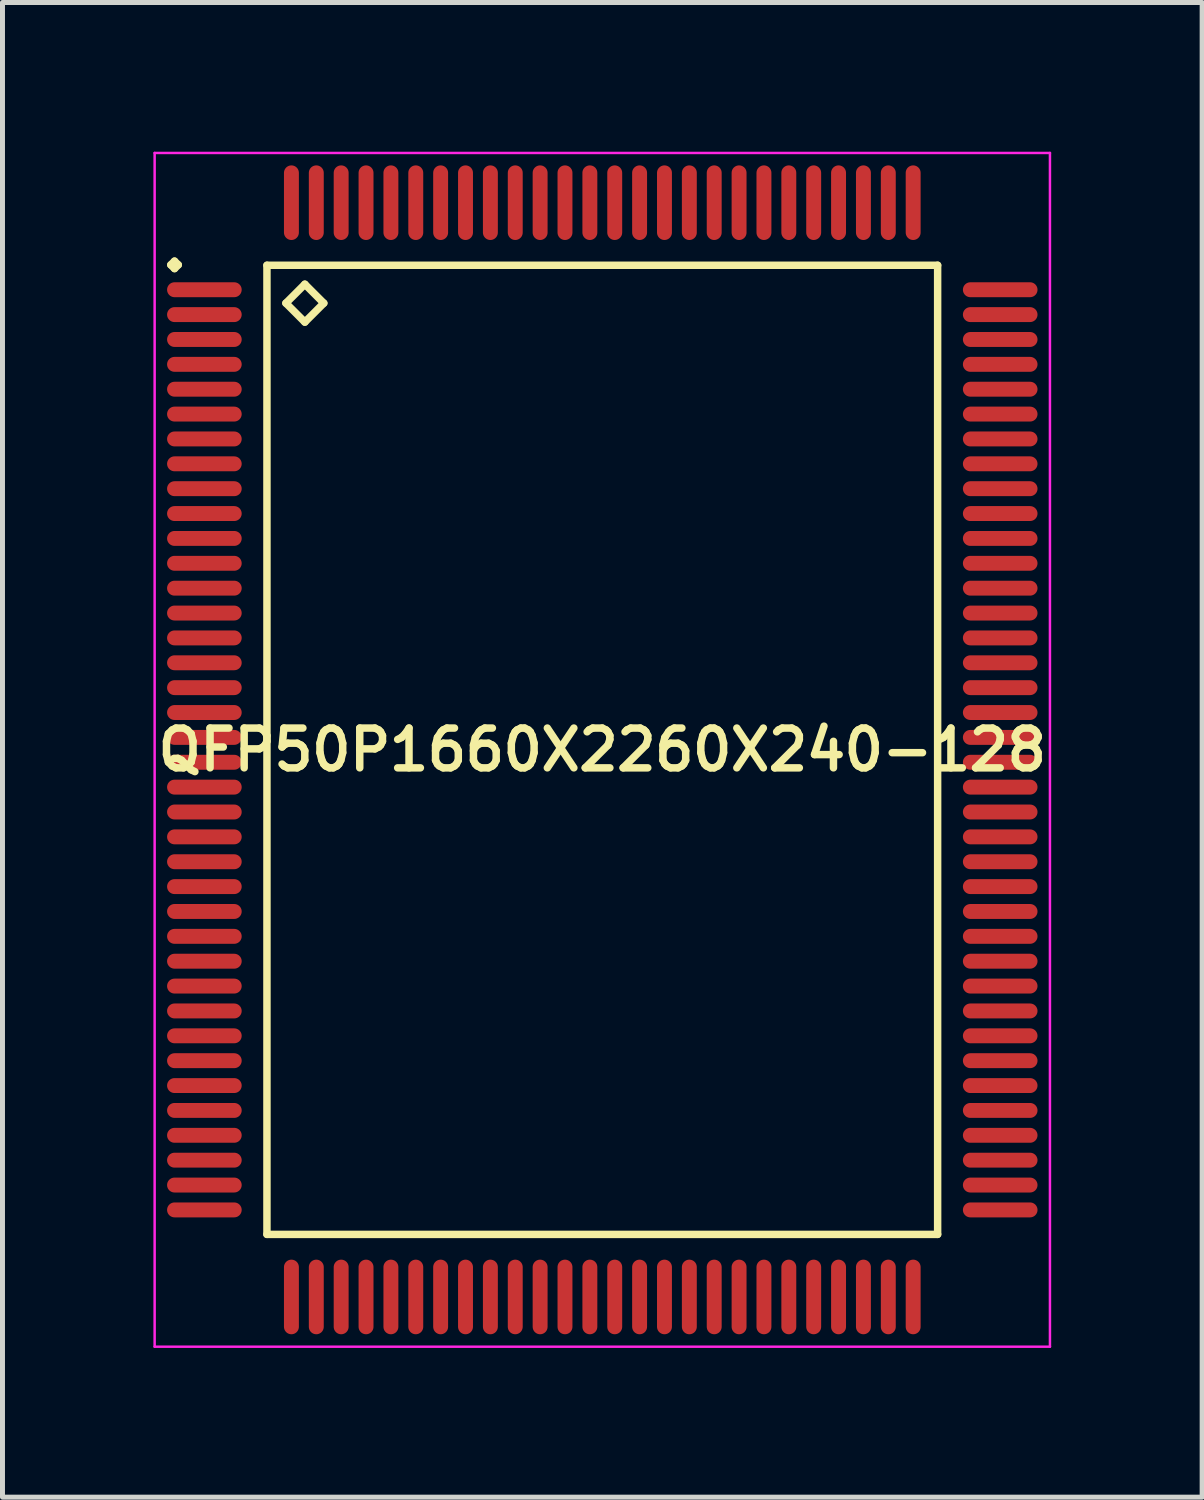
<source format=kicad_pcb>
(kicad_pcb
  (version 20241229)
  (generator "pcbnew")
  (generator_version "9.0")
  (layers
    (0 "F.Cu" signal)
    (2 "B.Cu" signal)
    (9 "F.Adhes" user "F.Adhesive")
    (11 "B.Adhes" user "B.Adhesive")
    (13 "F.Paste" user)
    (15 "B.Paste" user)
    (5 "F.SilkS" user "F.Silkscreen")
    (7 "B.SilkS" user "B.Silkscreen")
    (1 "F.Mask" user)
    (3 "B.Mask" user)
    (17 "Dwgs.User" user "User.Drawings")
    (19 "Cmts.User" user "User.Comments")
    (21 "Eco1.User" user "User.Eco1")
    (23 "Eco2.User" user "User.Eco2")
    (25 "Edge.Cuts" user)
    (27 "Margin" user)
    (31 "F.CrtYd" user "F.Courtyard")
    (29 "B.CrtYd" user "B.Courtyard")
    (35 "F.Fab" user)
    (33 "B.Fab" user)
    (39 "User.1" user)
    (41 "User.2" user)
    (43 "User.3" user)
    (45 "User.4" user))
  (footprint "QFP50P1660X2260X240-128"
    (layer "F.Cu")
    (at 9.059 12.025)
    (property "Reference" "QFP50P1660X2260X240-128" (at 0 0 0) (layer "F.SilkS") (effects (font (size 0.8 0.8) (thickness 0.15))))
    (attr smd)
    (fp_line (start -8.675 -9.75) (end -8.6 -9.825) (stroke (width 0.15) (type solid)) (layer "F.SilkS"))
    (fp_line (start -8.6 -9.825) (end -8.525 -9.75) (stroke (width 0.15) (type solid)) (layer "F.SilkS"))
    (fp_line (start -8.6 -9.675) (end -8.675 -9.75) (stroke (width 0.15) (type solid)) (layer "F.SilkS"))
    (fp_line (start -8.525 -9.75) (end -8.6 -9.675) (stroke (width 0.15) (type solid)) (layer "F.SilkS"))
    (fp_line (start -6.742 -9.742) (end -6.742 9.742) (stroke (width 0.15) (type solid)) (layer "F.SilkS"))
    (fp_line (start -6.742 9.742) (end 6.742 9.742) (stroke (width 0.15) (type solid)) (layer "F.SilkS"))
    (fp_line (start -6.361 -8.98) (end -5.98 -9.361) (stroke (width 0.15) (type solid)) (layer "F.SilkS"))
    (fp_line (start -5.98 -9.361) (end -5.599 -8.98) (stroke (width 0.15) (type solid)) (layer "F.SilkS"))
    (fp_line (start -5.98 -8.599) (end -6.361 -8.98) (stroke (width 0.15) (type solid)) (layer "F.SilkS"))
    (fp_line (start -5.599 -8.98) (end -5.98 -8.599) (stroke (width 0.15) (type solid)) (layer "F.SilkS"))
    (fp_line (start 6.742 -9.742) (end -6.742 -9.742) (stroke (width 0.15) (type solid)) (layer "F.SilkS"))
    (fp_line (start 6.742 9.742) (end 6.742 -9.742) (stroke (width 0.15) (type solid)) (layer "F.SilkS"))
    (fp_line (start -9 -12) (end 9 -12) (stroke (width 0.05) (type solid)) (layer "F.CrtYd"))
    (fp_line (start -9 12) (end -9 -12) (stroke (width 0.05) (type solid)) (layer "F.CrtYd"))
    (fp_line (start 9 -12) (end 9 12) (stroke (width 0.05) (type solid)) (layer "F.CrtYd"))
    (fp_line (start 9 12) (end -9 12) (stroke (width 0.05) (type solid)) (layer "F.CrtYd"))
    (pad "1" smd oval (at -8 -9.25) (size 1.5 0.3) (layers "F.Cu" "F.Mask" "F.Paste"))
    (pad "2" smd oval (at -8 -8.75) (size 1.5 0.3) (layers "F.Cu" "F.Mask" "F.Paste"))
    (pad "3" smd oval (at -8 -8.25) (size 1.5 0.3) (layers "F.Cu" "F.Mask" "F.Paste"))
    (pad "4" smd oval (at -8 -7.75) (size 1.5 0.3) (layers "F.Cu" "F.Mask" "F.Paste"))
    (pad "5" smd oval (at -8 -7.25) (size 1.5 0.3) (layers "F.Cu" "F.Mask" "F.Paste"))
    (pad "6" smd oval (at -8 -6.75) (size 1.5 0.3) (layers "F.Cu" "F.Mask" "F.Paste"))
    (pad "7" smd oval (at -8 -6.25) (size 1.5 0.3) (layers "F.Cu" "F.Mask" "F.Paste"))
    (pad "8" smd oval (at -8 -5.75) (size 1.5 0.3) (layers "F.Cu" "F.Mask" "F.Paste"))
    (pad "9" smd oval (at -8 -5.25) (size 1.5 0.3) (layers "F.Cu" "F.Mask" "F.Paste"))
    (pad "10" smd oval (at -8 -4.75) (size 1.5 0.3) (layers "F.Cu" "F.Mask" "F.Paste"))
    (pad "11" smd oval (at -8 -4.25) (size 1.5 0.3) (layers "F.Cu" "F.Mask" "F.Paste"))
    (pad "12" smd oval (at -8 -3.75) (size 1.5 0.3) (layers "F.Cu" "F.Mask" "F.Paste"))
    (pad "13" smd oval (at -8 -3.25) (size 1.5 0.3) (layers "F.Cu" "F.Mask" "F.Paste"))
    (pad "14" smd oval (at -8 -2.75) (size 1.5 0.3) (layers "F.Cu" "F.Mask" "F.Paste"))
    (pad "15" smd oval (at -8 -2.25) (size 1.5 0.3) (layers "F.Cu" "F.Mask" "F.Paste"))
    (pad "16" smd oval (at -8 -1.75) (size 1.5 0.3) (layers "F.Cu" "F.Mask" "F.Paste"))
    (pad "17" smd oval (at -8 -1.25) (size 1.5 0.3) (layers "F.Cu" "F.Mask" "F.Paste"))
    (pad "18" smd oval (at -8 -0.75) (size 1.5 0.3) (layers "F.Cu" "F.Mask" "F.Paste"))
    (pad "19" smd oval (at -8 -0.25) (size 1.5 0.3) (layers "F.Cu" "F.Mask" "F.Paste"))
    (pad "20" smd oval (at -8 0.25) (size 1.5 0.3) (layers "F.Cu" "F.Mask" "F.Paste"))
    (pad "21" smd oval (at -8 0.75) (size 1.5 0.3) (layers "F.Cu" "F.Mask" "F.Paste"))
    (pad "22" smd oval (at -8 1.25) (size 1.5 0.3) (layers "F.Cu" "F.Mask" "F.Paste"))
    (pad "23" smd oval (at -8 1.75) (size 1.5 0.3) (layers "F.Cu" "F.Mask" "F.Paste"))
    (pad "24" smd oval (at -8 2.25) (size 1.5 0.3) (layers "F.Cu" "F.Mask" "F.Paste"))
    (pad "25" smd oval (at -8 2.75) (size 1.5 0.3) (layers "F.Cu" "F.Mask" "F.Paste"))
    (pad "26" smd oval (at -8 3.25) (size 1.5 0.3) (layers "F.Cu" "F.Mask" "F.Paste"))
    (pad "27" smd oval (at -8 3.75) (size 1.5 0.3) (layers "F.Cu" "F.Mask" "F.Paste"))
    (pad "28" smd oval (at -8 4.25) (size 1.5 0.3) (layers "F.Cu" "F.Mask" "F.Paste"))
    (pad "29" smd oval (at -8 4.75) (size 1.5 0.3) (layers "F.Cu" "F.Mask" "F.Paste"))
    (pad "30" smd oval (at -8 5.25) (size 1.5 0.3) (layers "F.Cu" "F.Mask" "F.Paste"))
    (pad "31" smd oval (at -8 5.75) (size 1.5 0.3) (layers "F.Cu" "F.Mask" "F.Paste"))
    (pad "32" smd oval (at -8 6.25) (size 1.5 0.3) (layers "F.Cu" "F.Mask" "F.Paste"))
    (pad "33" smd oval (at -8 6.75) (size 1.5 0.3) (layers "F.Cu" "F.Mask" "F.Paste"))
    (pad "34" smd oval (at -8 7.25) (size 1.5 0.3) (layers "F.Cu" "F.Mask" "F.Paste"))
    (pad "35" smd oval (at -8 7.75) (size 1.5 0.3) (layers "F.Cu" "F.Mask" "F.Paste"))
    (pad "36" smd oval (at -8 8.25) (size 1.5 0.3) (layers "F.Cu" "F.Mask" "F.Paste"))
    (pad "37" smd oval (at -8 8.75) (size 1.5 0.3) (layers "F.Cu" "F.Mask" "F.Paste"))
    (pad "38" smd oval (at -8 9.25) (size 1.5 0.3) (layers "F.Cu" "F.Mask" "F.Paste"))
    (pad "39" smd oval (at -6.25 11) (size 0.3 1.5) (layers "F.Cu" "F.Mask" "F.Paste"))
    (pad "40" smd oval (at -5.75 11) (size 0.3 1.5) (layers "F.Cu" "F.Mask" "F.Paste"))
    (pad "41" smd oval (at -5.25 11) (size 0.3 1.5) (layers "F.Cu" "F.Mask" "F.Paste"))
    (pad "42" smd oval (at -4.75 11) (size 0.3 1.5) (layers "F.Cu" "F.Mask" "F.Paste"))
    (pad "43" smd oval (at -4.25 11) (size 0.3 1.5) (layers "F.Cu" "F.Mask" "F.Paste"))
    (pad "44" smd oval (at -3.75 11) (size 0.3 1.5) (layers "F.Cu" "F.Mask" "F.Paste"))
    (pad "45" smd oval (at -3.25 11) (size 0.3 1.5) (layers "F.Cu" "F.Mask" "F.Paste"))
    (pad "46" smd oval (at -2.75 11) (size 0.3 1.5) (layers "F.Cu" "F.Mask" "F.Paste"))
    (pad "47" smd oval (at -2.25 11) (size 0.3 1.5) (layers "F.Cu" "F.Mask" "F.Paste"))
    (pad "48" smd oval (at -1.75 11) (size 0.3 1.5) (layers "F.Cu" "F.Mask" "F.Paste"))
    (pad "49" smd oval (at -1.25 11) (size 0.3 1.5) (layers "F.Cu" "F.Mask" "F.Paste"))
    (pad "50" smd oval (at -0.75 11) (size 0.3 1.5) (layers "F.Cu" "F.Mask" "F.Paste"))
    (pad "51" smd oval (at -0.25 11) (size 0.3 1.5) (layers "F.Cu" "F.Mask" "F.Paste"))
    (pad "52" smd oval (at 0.25 11) (size 0.3 1.5) (layers "F.Cu" "F.Mask" "F.Paste"))
    (pad "53" smd oval (at 0.75 11) (size 0.3 1.5) (layers "F.Cu" "F.Mask" "F.Paste"))
    (pad "54" smd oval (at 1.25 11) (size 0.3 1.5) (layers "F.Cu" "F.Mask" "F.Paste"))
    (pad "55" smd oval (at 1.75 11) (size 0.3 1.5) (layers "F.Cu" "F.Mask" "F.Paste"))
    (pad "56" smd oval (at 2.25 11) (size 0.3 1.5) (layers "F.Cu" "F.Mask" "F.Paste"))
    (pad "57" smd oval (at 2.75 11) (size 0.3 1.5) (layers "F.Cu" "F.Mask" "F.Paste"))
    (pad "58" smd oval (at 3.25 11) (size 0.3 1.5) (layers "F.Cu" "F.Mask" "F.Paste"))
    (pad "59" smd oval (at 3.75 11) (size 0.3 1.5) (layers "F.Cu" "F.Mask" "F.Paste"))
    (pad "60" smd oval (at 4.25 11) (size 0.3 1.5) (layers "F.Cu" "F.Mask" "F.Paste"))
    (pad "61" smd oval (at 4.75 11) (size 0.3 1.5) (layers "F.Cu" "F.Mask" "F.Paste"))
    (pad "62" smd oval (at 5.25 11) (size 0.3 1.5) (layers "F.Cu" "F.Mask" "F.Paste"))
    (pad "63" smd oval (at 5.75 11) (size 0.3 1.5) (layers "F.Cu" "F.Mask" "F.Paste"))
    (pad "64" smd oval (at 6.25 11) (size 0.3 1.5) (layers "F.Cu" "F.Mask" "F.Paste"))
    (pad "65" smd oval (at 8 9.25) (size 1.5 0.3) (layers "F.Cu" "F.Mask" "F.Paste"))
    (pad "66" smd oval (at 8 8.75) (size 1.5 0.3) (layers "F.Cu" "F.Mask" "F.Paste"))
    (pad "67" smd oval (at 8 8.25) (size 1.5 0.3) (layers "F.Cu" "F.Mask" "F.Paste"))
    (pad "68" smd oval (at 8 7.75) (size 1.5 0.3) (layers "F.Cu" "F.Mask" "F.Paste"))
    (pad "69" smd oval (at 8 7.25) (size 1.5 0.3) (layers "F.Cu" "F.Mask" "F.Paste"))
    (pad "70" smd oval (at 8 6.75) (size 1.5 0.3) (layers "F.Cu" "F.Mask" "F.Paste"))
    (pad "71" smd oval (at 8 6.25) (size 1.5 0.3) (layers "F.Cu" "F.Mask" "F.Paste"))
    (pad "72" smd oval (at 8 5.75) (size 1.5 0.3) (layers "F.Cu" "F.Mask" "F.Paste"))
    (pad "73" smd oval (at 8 5.25) (size 1.5 0.3) (layers "F.Cu" "F.Mask" "F.Paste"))
    (pad "74" smd oval (at 8 4.75) (size 1.5 0.3) (layers "F.Cu" "F.Mask" "F.Paste"))
    (pad "75" smd oval (at 8 4.25) (size 1.5 0.3) (layers "F.Cu" "F.Mask" "F.Paste"))
    (pad "76" smd oval (at 8 3.75) (size 1.5 0.3) (layers "F.Cu" "F.Mask" "F.Paste"))
    (pad "77" smd oval (at 8 3.25) (size 1.5 0.3) (layers "F.Cu" "F.Mask" "F.Paste"))
    (pad "78" smd oval (at 8 2.75) (size 1.5 0.3) (layers "F.Cu" "F.Mask" "F.Paste"))
    (pad "79" smd oval (at 8 2.25) (size 1.5 0.3) (layers "F.Cu" "F.Mask" "F.Paste"))
    (pad "80" smd oval (at 8 1.75) (size 1.5 0.3) (layers "F.Cu" "F.Mask" "F.Paste"))
    (pad "81" smd oval (at 8 1.25) (size 1.5 0.3) (layers "F.Cu" "F.Mask" "F.Paste"))
    (pad "82" smd oval (at 8 0.75) (size 1.5 0.3) (layers "F.Cu" "F.Mask" "F.Paste"))
    (pad "83" smd oval (at 8 0.25) (size 1.5 0.3) (layers "F.Cu" "F.Mask" "F.Paste"))
    (pad "84" smd oval (at 8 -0.25) (size 1.5 0.3) (layers "F.Cu" "F.Mask" "F.Paste"))
    (pad "85" smd oval (at 8 -0.75) (size 1.5 0.3) (layers "F.Cu" "F.Mask" "F.Paste"))
    (pad "86" smd oval (at 8 -1.25) (size 1.5 0.3) (layers "F.Cu" "F.Mask" "F.Paste"))
    (pad "87" smd oval (at 8 -1.75) (size 1.5 0.3) (layers "F.Cu" "F.Mask" "F.Paste"))
    (pad "88" smd oval (at 8 -2.25) (size 1.5 0.3) (layers "F.Cu" "F.Mask" "F.Paste"))
    (pad "89" smd oval (at 8 -2.75) (size 1.5 0.3) (layers "F.Cu" "F.Mask" "F.Paste"))
    (pad "90" smd oval (at 8 -3.25) (size 1.5 0.3) (layers "F.Cu" "F.Mask" "F.Paste"))
    (pad "91" smd oval (at 8 -3.75) (size 1.5 0.3) (layers "F.Cu" "F.Mask" "F.Paste"))
    (pad "92" smd oval (at 8 -4.25) (size 1.5 0.3) (layers "F.Cu" "F.Mask" "F.Paste"))
    (pad "93" smd oval (at 8 -4.75) (size 1.5 0.3) (layers "F.Cu" "F.Mask" "F.Paste"))
    (pad "94" smd oval (at 8 -5.25) (size 1.5 0.3) (layers "F.Cu" "F.Mask" "F.Paste"))
    (pad "95" smd oval (at 8 -5.75) (size 1.5 0.3) (layers "F.Cu" "F.Mask" "F.Paste"))
    (pad "96" smd oval (at 8 -6.25) (size 1.5 0.3) (layers "F.Cu" "F.Mask" "F.Paste"))
    (pad "97" smd oval (at 8 -6.75) (size 1.5 0.3) (layers "F.Cu" "F.Mask" "F.Paste"))
    (pad "98" smd oval (at 8 -7.25) (size 1.5 0.3) (layers "F.Cu" "F.Mask" "F.Paste"))
    (pad "99" smd oval (at 8 -7.75) (size 1.5 0.3) (layers "F.Cu" "F.Mask" "F.Paste"))
    (pad "100" smd oval (at 8 -8.25) (size 1.5 0.3) (layers "F.Cu" "F.Mask" "F.Paste"))
    (pad "101" smd oval (at 8 -8.75) (size 1.5 0.3) (layers "F.Cu" "F.Mask" "F.Paste"))
    (pad "102" smd oval (at 8 -9.25) (size 1.5 0.3) (layers "F.Cu" "F.Mask" "F.Paste"))
    (pad "103" smd oval (at 6.25 -11) (size 0.3 1.5) (layers "F.Cu" "F.Mask" "F.Paste"))
    (pad "104" smd oval (at 5.75 -11) (size 0.3 1.5) (layers "F.Cu" "F.Mask" "F.Paste"))
    (pad "105" smd oval (at 5.25 -11) (size 0.3 1.5) (layers "F.Cu" "F.Mask" "F.Paste"))
    (pad "106" smd oval (at 4.75 -11) (size 0.3 1.5) (layers "F.Cu" "F.Mask" "F.Paste"))
    (pad "107" smd oval (at 4.25 -11) (size 0.3 1.5) (layers "F.Cu" "F.Mask" "F.Paste"))
    (pad "108" smd oval (at 3.75 -11) (size 0.3 1.5) (layers "F.Cu" "F.Mask" "F.Paste"))
    (pad "109" smd oval (at 3.25 -11) (size 0.3 1.5) (layers "F.Cu" "F.Mask" "F.Paste"))
    (pad "110" smd oval (at 2.75 -11) (size 0.3 1.5) (layers "F.Cu" "F.Mask" "F.Paste"))
    (pad "111" smd oval (at 2.25 -11) (size 0.3 1.5) (layers "F.Cu" "F.Mask" "F.Paste"))
    (pad "112" smd oval (at 1.75 -11) (size 0.3 1.5) (layers "F.Cu" "F.Mask" "F.Paste"))
    (pad "113" smd oval (at 1.25 -11) (size 0.3 1.5) (layers "F.Cu" "F.Mask" "F.Paste"))
    (pad "114" smd oval (at 0.75 -11) (size 0.3 1.5) (layers "F.Cu" "F.Mask" "F.Paste"))
    (pad "115" smd oval (at 0.25 -11) (size 0.3 1.5) (layers "F.Cu" "F.Mask" "F.Paste"))
    (pad "116" smd oval (at -0.25 -11) (size 0.3 1.5) (layers "F.Cu" "F.Mask" "F.Paste"))
    (pad "117" smd oval (at -0.75 -11) (size 0.3 1.5) (layers "F.Cu" "F.Mask" "F.Paste"))
    (pad "118" smd oval (at -1.25 -11) (size 0.3 1.5) (layers "F.Cu" "F.Mask" "F.Paste"))
    (pad "119" smd oval (at -1.75 -11) (size 0.3 1.5) (layers "F.Cu" "F.Mask" "F.Paste"))
    (pad "120" smd oval (at -2.25 -11) (size 0.3 1.5) (layers "F.Cu" "F.Mask" "F.Paste"))
    (pad "121" smd oval (at -2.75 -11) (size 0.3 1.5) (layers "F.Cu" "F.Mask" "F.Paste"))
    (pad "122" smd oval (at -3.25 -11) (size 0.3 1.5) (layers "F.Cu" "F.Mask" "F.Paste"))
    (pad "123" smd oval (at -3.75 -11) (size 0.3 1.5) (layers "F.Cu" "F.Mask" "F.Paste"))
    (pad "124" smd oval (at -4.25 -11) (size 0.3 1.5) (layers "F.Cu" "F.Mask" "F.Paste"))
    (pad "125" smd oval (at -4.75 -11) (size 0.3 1.5) (layers "F.Cu" "F.Mask" "F.Paste"))
    (pad "126" smd oval (at -5.25 -11) (size 0.3 1.5) (layers "F.Cu" "F.Mask" "F.Paste"))
    (pad "127" smd oval (at -5.75 -11) (size 0.3 1.5) (layers "F.Cu" "F.Mask" "F.Paste"))
    (pad "128" smd oval (at -6.25 -11) (size 0.3 1.5) (layers "F.Cu" "F.Mask" "F.Paste")))
  (gr_rect
    (start -3 -3)
    (end 21.119 27.05)
    (stroke (width 0.1) (type default))
    (fill no)
    (layer "Edge.Cuts")))
</source>
